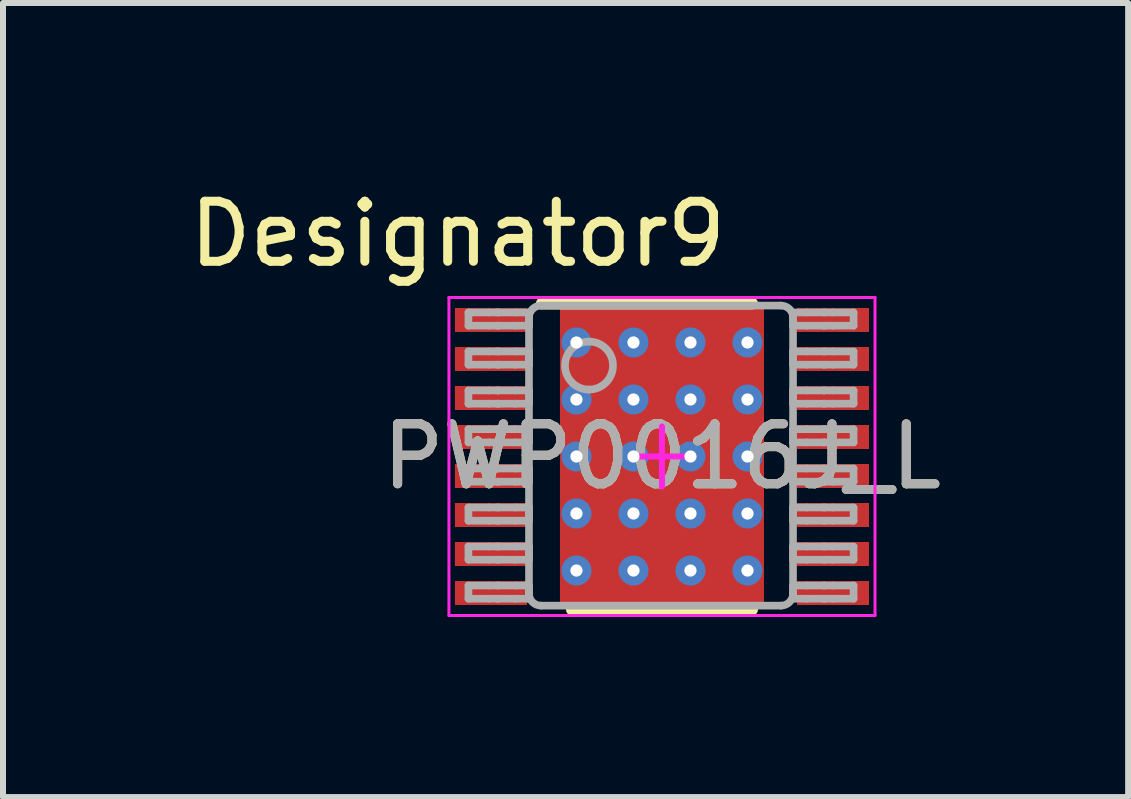
<source format=kicad_pcb>
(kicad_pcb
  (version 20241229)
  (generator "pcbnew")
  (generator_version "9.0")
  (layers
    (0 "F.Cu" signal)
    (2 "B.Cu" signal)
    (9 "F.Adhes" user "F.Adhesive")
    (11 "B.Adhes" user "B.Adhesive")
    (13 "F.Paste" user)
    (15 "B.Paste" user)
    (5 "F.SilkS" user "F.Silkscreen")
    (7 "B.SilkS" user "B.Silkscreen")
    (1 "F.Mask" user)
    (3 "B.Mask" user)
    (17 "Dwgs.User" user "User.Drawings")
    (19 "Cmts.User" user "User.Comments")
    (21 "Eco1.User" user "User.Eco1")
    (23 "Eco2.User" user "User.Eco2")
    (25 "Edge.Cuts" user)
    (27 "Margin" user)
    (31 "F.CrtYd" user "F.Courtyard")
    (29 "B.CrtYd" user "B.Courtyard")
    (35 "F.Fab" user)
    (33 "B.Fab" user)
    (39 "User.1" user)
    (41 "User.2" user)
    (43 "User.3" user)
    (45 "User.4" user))
  (footprint "PWP0016J_L"
    (layer "F.Cu")
    (at 7.981 4.557)
    (property "Reference" "PWP0016J_L" (at 0 0 0) (unlocked yes) (layer "F.SilkS") (effects (font (size 1 1) (thickness 0.15))))
    (attr through_hole)
    (fp_poly (pts (xy -1.23 1.726) (xy -1.23 -1.726) (xy -1.229 -1.735) (xy -1.226 -1.745) (xy -1.222 -1.753) (xy -1.216 -1.761) (xy -1.208 -1.767) (xy -1.2 -1.771) (xy -1.19 -1.774) (xy -1.181 -1.775) (xy 1.181 -1.775) (xy 1.19 -1.774) (xy 1.2 -1.771) (xy 1.208 -1.767) (xy 1.216 -1.761) (xy 1.222 -1.753) (xy 1.226 -1.745) (xy 1.229 -1.735) (xy 1.23 -1.726) (xy 1.23 1.726) (xy 1.229 1.735) (xy 1.226 1.745) (xy 1.222 1.753) (xy 1.216 1.761) (xy 1.208 1.767) (xy 1.2 1.771) (xy 1.19 1.774) (xy 1.181 1.775) (xy -1.181 1.775) (xy -1.19 1.774) (xy -1.2 1.771) (xy -1.208 1.767) (xy -1.216 1.761) (xy -1.222 1.753) (xy -1.226 1.745) (xy -1.229 1.735)) (stroke (width 0) (type solid)) (fill yes) (layer "F.Mask"))
    (fp_line (start -2 -2.55) (end 1.5 -2.55) (stroke (width 0.2) (type solid)) (layer "F.SilkS"))
    (fp_line (start -1.5 2.55) (end 1.5 2.55) (stroke (width 0.2) (type solid)) (layer "F.SilkS"))
    (fp_poly (pts (xy -1.23 1.726) (xy -1.23 -1.726) (xy -1.229 -1.735) (xy -1.226 -1.745) (xy -1.222 -1.753) (xy -1.216 -1.761) (xy -1.208 -1.767) (xy -1.2 -1.771) (xy -1.19 -1.774) (xy -1.181 -1.775) (xy 1.181 -1.775) (xy 1.19 -1.774) (xy 1.2 -1.771) (xy 1.208 -1.767) (xy 1.216 -1.761) (xy 1.222 -1.753) (xy 1.226 -1.745) (xy 1.229 -1.735) (xy 1.23 -1.726) (xy 1.23 1.726) (xy 1.229 1.735) (xy 1.226 1.745) (xy 1.222 1.753) (xy 1.216 1.761) (xy 1.208 1.767) (xy 1.2 1.771) (xy 1.19 1.774) (xy 1.181 1.775) (xy -1.181 1.775) (xy -1.19 1.774) (xy -1.2 1.771) (xy -1.208 1.767) (xy -1.216 1.761) (xy -1.222 1.753) (xy -1.226 1.745) (xy -1.229 1.735)) (stroke (width 0) (type solid)) (fill yes) (layer "F.Paste"))
    (fp_line (start -3.55 -2.65) (end 3.55 -2.65) (stroke (width 0.05) (type solid)) (layer "F.CrtYd"))
    (fp_line (start -3.55 2.65) (end -3.55 -2.65) (stroke (width 0.05) (type solid)) (layer "F.CrtYd"))
    (fp_line (start -3.55 2.65) (end 3.55 2.65) (stroke (width 0.05) (type solid)) (layer "F.CrtYd"))
    (fp_line (start -0.5 0) (end 0.5 0) (stroke (width 0.1) (type solid)) (layer "F.CrtYd"))
    (fp_line (start 0 0.5) (end 0 -0.5) (stroke (width 0.1) (type solid)) (layer "F.CrtYd"))
    (fp_line (start 3.55 2.65) (end 3.55 -2.65) (stroke (width 0.05) (type solid)) (layer "F.CrtYd"))
    (fp_line (start -3.225 -2.4) (end -2.887 -2.4) (stroke (width 0.127) (type solid)) (layer "F.Fab"))
    (fp_line (start -3.225 -2.18) (end -3.225 -2.4) (stroke (width 0.127) (type solid)) (layer "F.Fab"))
    (fp_line (start -3.225 -2.18) (end -2.887 -2.18) (stroke (width 0.127) (type solid)) (layer "F.Fab"))
    (fp_line (start -3.225 -1.75) (end -2.887 -1.75) (stroke (width 0.127) (type solid)) (layer "F.Fab"))
    (fp_line (start -3.225 -1.53) (end -3.225 -1.75) (stroke (width 0.127) (type solid)) (layer "F.Fab"))
    (fp_line (start -3.225 -1.53) (end -2.887 -1.53) (stroke (width 0.127) (type solid)) (layer "F.Fab"))
    (fp_line (start -3.225 -1.1) (end -2.887 -1.1) (stroke (width 0.127) (type solid)) (layer "F.Fab"))
    (fp_line (start -3.225 -0.88) (end -3.225 -1.1) (stroke (width 0.127) (type solid)) (layer "F.Fab"))
    (fp_line (start -3.225 -0.88) (end -2.887 -0.88) (stroke (width 0.127) (type solid)) (layer "F.Fab"))
    (fp_line (start -3.225 -0.455) (end -2.887 -0.455) (stroke (width 0.127) (type solid)) (layer "F.Fab"))
    (fp_line (start -3.225 -0.235) (end -3.225 -0.455) (stroke (width 0.127) (type solid)) (layer "F.Fab"))
    (fp_line (start -3.225 -0.235) (end -2.887 -0.235) (stroke (width 0.127) (type solid)) (layer "F.Fab"))
    (fp_line (start -3.225 0.2) (end -2.887 0.2) (stroke (width 0.127) (type solid)) (layer "F.Fab"))
    (fp_line (start -3.225 0.42) (end -3.225 0.2) (stroke (width 0.127) (type solid)) (layer "F.Fab"))
    (fp_line (start -3.225 0.42) (end -2.887 0.42) (stroke (width 0.127) (type solid)) (layer "F.Fab"))
    (fp_line (start -3.225 0.85) (end -2.887 0.85) (stroke (width 0.127) (type solid)) (layer "F.Fab"))
    (fp_line (start -3.225 1.07) (end -3.225 0.85) (stroke (width 0.127) (type solid)) (layer "F.Fab"))
    (fp_line (start -3.225 1.07) (end -2.887 1.07) (stroke (width 0.127) (type solid)) (layer "F.Fab"))
    (fp_line (start -3.225 1.5) (end -2.887 1.5) (stroke (width 0.127) (type solid)) (layer "F.Fab"))
    (fp_line (start -3.225 1.72) (end -3.225 1.5) (stroke (width 0.127) (type solid)) (layer "F.Fab"))
    (fp_line (start -3.225 1.72) (end -2.887 1.72) (stroke (width 0.127) (type solid)) (layer "F.Fab"))
    (fp_line (start -3.225 2.15) (end -2.887 2.15) (stroke (width 0.127) (type solid)) (layer "F.Fab"))
    (fp_line (start -3.225 2.37) (end -3.225 2.15) (stroke (width 0.127) (type solid)) (layer "F.Fab"))
    (fp_line (start -3.225 2.37) (end -2.887 2.37) (stroke (width 0.127) (type solid)) (layer "F.Fab"))
    (fp_line (start -2.887 -2.4) (end -2.739 -2.4) (stroke (width 0.127) (type solid)) (layer "F.Fab"))
    (fp_line (start -2.887 -2.18) (end -2.739 -2.18) (stroke (width 0.127) (type solid)) (layer "F.Fab"))
    (fp_line (start -2.887 -1.75) (end -2.739 -1.75) (stroke (width 0.127) (type solid)) (layer "F.Fab"))
    (fp_line (start -2.887 -1.53) (end -2.739 -1.53) (stroke (width 0.127) (type solid)) (layer "F.Fab"))
    (fp_line (start -2.887 -1.1) (end -2.739 -1.1) (stroke (width 0.127) (type solid)) (layer "F.Fab"))
    (fp_line (start -2.887 -0.88) (end -2.739 -0.88) (stroke (width 0.127) (type solid)) (layer "F.Fab"))
    (fp_line (start -2.887 -0.455) (end -2.739 -0.455) (stroke (width 0.127) (type solid)) (layer "F.Fab"))
    (fp_line (start -2.887 -0.235) (end -2.739 -0.235) (stroke (width 0.127) (type solid)) (layer "F.Fab"))
    (fp_line (start -2.887 0.2) (end -2.739 0.2) (stroke (width 0.127) (type solid)) (layer "F.Fab"))
    (fp_line (start -2.887 0.42) (end -2.739 0.42) (stroke (width 0.127) (type solid)) (layer "F.Fab"))
    (fp_line (start -2.887 0.85) (end -2.739 0.85) (stroke (width 0.127) (type solid)) (layer "F.Fab"))
    (fp_line (start -2.887 1.07) (end -2.739 1.07) (stroke (width 0.127) (type solid)) (layer "F.Fab"))
    (fp_line (start -2.887 1.5) (end -2.739 1.5) (stroke (width 0.127) (type solid)) (layer "F.Fab"))
    (fp_line (start -2.887 1.72) (end -2.739 1.72) (stroke (width 0.127) (type solid)) (layer "F.Fab"))
    (fp_line (start -2.887 2.15) (end -2.739 2.15) (stroke (width 0.127) (type solid)) (layer "F.Fab"))
    (fp_line (start -2.887 2.37) (end -2.739 2.37) (stroke (width 0.127) (type solid)) (layer "F.Fab"))
    (fp_line (start -2.739 -2.4) (end -2.73 -2.4) (stroke (width 0.127) (type solid)) (layer "F.Fab"))
    (fp_line (start -2.739 -2.18) (end -2.73 -2.18) (stroke (width 0.127) (type solid)) (layer "F.Fab"))
    (fp_line (start -2.739 -1.75) (end -2.73 -1.75) (stroke (width 0.127) (type solid)) (layer "F.Fab"))
    (fp_line (start -2.739 -1.53) (end -2.73 -1.53) (stroke (width 0.127) (type solid)) (layer "F.Fab"))
    (fp_line (start -2.739 -1.1) (end -2.73 -1.1) (stroke (width 0.127) (type solid)) (layer "F.Fab"))
    (fp_line (start -2.739 -0.88) (end -2.73 -0.88) (stroke (width 0.127) (type solid)) (layer "F.Fab"))
    (fp_line (start -2.739 -0.455) (end -2.73 -0.455) (stroke (width 0.127) (type solid)) (layer "F.Fab"))
    (fp_line (start -2.739 -0.235) (end -2.73 -0.235) (stroke (width 0.127) (type solid)) (layer "F.Fab"))
    (fp_line (start -2.739 0.2) (end -2.73 0.2) (stroke (width 0.127) (type solid)) (layer "F.Fab"))
    (fp_line (start -2.739 0.42) (end -2.73 0.42) (stroke (width 0.127) (type solid)) (layer "F.Fab"))
    (fp_line (start -2.739 0.85) (end -2.73 0.85) (stroke (width 0.127) (type solid)) (layer "F.Fab"))
    (fp_line (start -2.739 1.07) (end -2.73 1.07) (stroke (width 0.127) (type solid)) (layer "F.Fab"))
    (fp_line (start -2.739 1.5) (end -2.73 1.5) (stroke (width 0.127) (type solid)) (layer "F.Fab"))
    (fp_line (start -2.739 1.72) (end -2.73 1.72) (stroke (width 0.127) (type solid)) (layer "F.Fab"))
    (fp_line (start -2.739 2.15) (end -2.73 2.15) (stroke (width 0.127) (type solid)) (layer "F.Fab"))
    (fp_line (start -2.739 2.37) (end -2.73 2.37) (stroke (width 0.127) (type solid)) (layer "F.Fab"))
    (fp_line (start -2.73 -2.4) (end -2.446 -2.4) (stroke (width 0.127) (type solid)) (layer "F.Fab"))
    (fp_line (start -2.73 -2.18) (end -2.446 -2.18) (stroke (width 0.127) (type solid)) (layer "F.Fab"))
    (fp_line (start -2.73 -1.75) (end -2.446 -1.75) (stroke (width 0.127) (type solid)) (layer "F.Fab"))
    (fp_line (start -2.73 -1.53) (end -2.446 -1.53) (stroke (width 0.127) (type solid)) (layer "F.Fab"))
    (fp_line (start -2.73 -1.1) (end -2.446 -1.1) (stroke (width 0.127) (type solid)) (layer "F.Fab"))
    (fp_line (start -2.73 -0.88) (end -2.446 -0.88) (stroke (width 0.127) (type solid)) (layer "F.Fab"))
    (fp_line (start -2.73 -0.455) (end -2.446 -0.455) (stroke (width 0.127) (type solid)) (layer "F.Fab"))
    (fp_line (start -2.73 -0.235) (end -2.446 -0.235) (stroke (width 0.127) (type solid)) (layer "F.Fab"))
    (fp_line (start -2.73 0.2) (end -2.446 0.2) (stroke (width 0.127) (type solid)) (layer "F.Fab"))
    (fp_line (start -2.73 0.42) (end -2.446 0.42) (stroke (width 0.127) (type solid)) (layer "F.Fab"))
    (fp_line (start -2.73 0.85) (end -2.446 0.85) (stroke (width 0.127) (type solid)) (layer "F.Fab"))
    (fp_line (start -2.73 1.07) (end -2.446 1.07) (stroke (width 0.127) (type solid)) (layer "F.Fab"))
    (fp_line (start -2.73 1.5) (end -2.446 1.5) (stroke (width 0.127) (type solid)) (layer "F.Fab"))
    (fp_line (start -2.73 1.72) (end -2.446 1.72) (stroke (width 0.127) (type solid)) (layer "F.Fab"))
    (fp_line (start -2.73 2.15) (end -2.446 2.15) (stroke (width 0.127) (type solid)) (layer "F.Fab"))
    (fp_line (start -2.73 2.37) (end -2.446 2.37) (stroke (width 0.127) (type solid)) (layer "F.Fab"))
    (fp_line (start -2.446 -2.4) (end -2.216 -2.4) (stroke (width 0.127) (type solid)) (layer "F.Fab"))
    (fp_line (start -2.446 -2.18) (end -2.216 -2.18) (stroke (width 0.127) (type solid)) (layer "F.Fab"))
    (fp_line (start -2.446 -1.75) (end -2.216 -1.75) (stroke (width 0.127) (type solid)) (layer "F.Fab"))
    (fp_line (start -2.446 -1.53) (end -2.216 -1.53) (stroke (width 0.127) (type solid)) (layer "F.Fab"))
    (fp_line (start -2.446 -1.1) (end -2.216 -1.1) (stroke (width 0.127) (type solid)) (layer "F.Fab"))
    (fp_line (start -2.446 -0.88) (end -2.216 -0.88) (stroke (width 0.127) (type solid)) (layer "F.Fab"))
    (fp_line (start -2.446 -0.455) (end -2.216 -0.455) (stroke (width 0.127) (type solid)) (layer "F.Fab"))
    (fp_line (start -2.446 -0.235) (end -2.216 -0.235) (stroke (width 0.127) (type solid)) (layer "F.Fab"))
    (fp_line (start -2.446 0.2) (end -2.216 0.2) (stroke (width 0.127) (type solid)) (layer "F.Fab"))
    (fp_line (start -2.446 0.42) (end -2.216 0.42) (stroke (width 0.127) (type solid)) (layer "F.Fab"))
    (fp_line (start -2.446 0.85) (end -2.216 0.85) (stroke (width 0.127) (type solid)) (layer "F.Fab"))
    (fp_line (start -2.446 1.07) (end -2.216 1.07) (stroke (width 0.127) (type solid)) (layer "F.Fab"))
    (fp_line (start -2.446 1.5) (end -2.216 1.5) (stroke (width 0.127) (type solid)) (layer "F.Fab"))
    (fp_line (start -2.446 1.72) (end -2.216 1.72) (stroke (width 0.127) (type solid)) (layer "F.Fab"))
    (fp_line (start -2.446 2.15) (end -2.216 2.15) (stroke (width 0.127) (type solid)) (layer "F.Fab"))
    (fp_line (start -2.446 2.37) (end -2.216 2.37) (stroke (width 0.127) (type solid)) (layer "F.Fab"))
    (fp_line (start -2.216 -2.18) (end -2.216 -2.4) (stroke (width 0.127) (type solid)) (layer "F.Fab"))
    (fp_line (start -2.216 -1.53) (end -2.216 -1.75) (stroke (width 0.127) (type solid)) (layer "F.Fab"))
    (fp_line (start -2.216 -0.88) (end -2.216 -1.1) (stroke (width 0.127) (type solid)) (layer "F.Fab"))
    (fp_line (start -2.216 -0.235) (end -2.216 -0.455) (stroke (width 0.127) (type solid)) (layer "F.Fab"))
    (fp_line (start -2.216 0.42) (end -2.216 0.2) (stroke (width 0.127) (type solid)) (layer "F.Fab"))
    (fp_line (start -2.216 1.07) (end -2.216 0.85) (stroke (width 0.127) (type solid)) (layer "F.Fab"))
    (fp_line (start -2.216 1.72) (end -2.216 1.5) (stroke (width 0.127) (type solid)) (layer "F.Fab"))
    (fp_line (start -2.216 2.285) (end -2.216 -2.315) (stroke (width 0.127) (type solid)) (layer "F.Fab"))
    (fp_line (start -2.216 2.37) (end -2.216 2.15) (stroke (width 0.127) (type solid)) (layer "F.Fab"))
    (fp_line (start -2.016 -2.515) (end 1.984 -2.515) (stroke (width 0.127) (type solid)) (layer "F.Fab"))
    (fp_line (start -2.016 2.485) (end 1.984 2.485) (stroke (width 0.127) (type solid)) (layer "F.Fab"))
    (fp_line (start 2.184 -2.4) (end 2.413 -2.4) (stroke (width 0.127) (type solid)) (layer "F.Fab"))
    (fp_line (start 2.184 -2.18) (end 2.184 -2.4) (stroke (width 0.127) (type solid)) (layer "F.Fab"))
    (fp_line (start 2.184 -2.18) (end 2.413 -2.18) (stroke (width 0.127) (type solid)) (layer "F.Fab"))
    (fp_line (start 2.184 -1.75) (end 2.413 -1.75) (stroke (width 0.127) (type solid)) (layer "F.Fab"))
    (fp_line (start 2.184 -1.53) (end 2.184 -1.75) (stroke (width 0.127) (type solid)) (layer "F.Fab"))
    (fp_line (start 2.184 -1.53) (end 2.413 -1.53) (stroke (width 0.127) (type solid)) (layer "F.Fab"))
    (fp_line (start 2.184 -1.1) (end 2.413 -1.1) (stroke (width 0.127) (type solid)) (layer "F.Fab"))
    (fp_line (start 2.184 -0.88) (end 2.184 -1.1) (stroke (width 0.127) (type solid)) (layer "F.Fab"))
    (fp_line (start 2.184 -0.88) (end 2.413 -0.88) (stroke (width 0.127) (type solid)) (layer "F.Fab"))
    (fp_line (start 2.184 -0.455) (end 2.413 -0.455) (stroke (width 0.127) (type solid)) (layer "F.Fab"))
    (fp_line (start 2.184 -0.235) (end 2.184 -0.455) (stroke (width 0.127) (type solid)) (layer "F.Fab"))
    (fp_line (start 2.184 -0.235) (end 2.413 -0.235) (stroke (width 0.127) (type solid)) (layer "F.Fab"))
    (fp_line (start 2.184 0.2) (end 2.413 0.2) (stroke (width 0.127) (type solid)) (layer "F.Fab"))
    (fp_line (start 2.184 0.42) (end 2.184 0.2) (stroke (width 0.127) (type solid)) (layer "F.Fab"))
    (fp_line (start 2.184 0.42) (end 2.413 0.42) (stroke (width 0.127) (type solid)) (layer "F.Fab"))
    (fp_line (start 2.184 0.85) (end 2.413 0.85) (stroke (width 0.127) (type solid)) (layer "F.Fab"))
    (fp_line (start 2.184 1.07) (end 2.184 0.85) (stroke (width 0.127) (type solid)) (layer "F.Fab"))
    (fp_line (start 2.184 1.07) (end 2.413 1.07) (stroke (width 0.127) (type solid)) (layer "F.Fab"))
    (fp_line (start 2.184 1.5) (end 2.413 1.5) (stroke (width 0.127) (type solid)) (layer "F.Fab"))
    (fp_line (start 2.184 1.72) (end 2.184 1.5) (stroke (width 0.127) (type solid)) (layer "F.Fab"))
    (fp_line (start 2.184 1.72) (end 2.413 1.72) (stroke (width 0.127) (type solid)) (layer "F.Fab"))
    (fp_line (start 2.184 2.15) (end 2.413 2.15) (stroke (width 0.127) (type solid)) (layer "F.Fab"))
    (fp_line (start 2.184 2.285) (end 2.184 -2.315) (stroke (width 0.127) (type solid)) (layer "F.Fab"))
    (fp_line (start 2.184 2.37) (end 2.184 2.15) (stroke (width 0.127) (type solid)) (layer "F.Fab"))
    (fp_line (start 2.184 2.37) (end 2.413 2.37) (stroke (width 0.127) (type solid)) (layer "F.Fab"))
    (fp_line (start 2.413 -2.4) (end 2.698 -2.4) (stroke (width 0.127) (type solid)) (layer "F.Fab"))
    (fp_line (start 2.413 -2.18) (end 2.698 -2.18) (stroke (width 0.127) (type solid)) (layer "F.Fab"))
    (fp_line (start 2.413 -1.75) (end 2.698 -1.75) (stroke (width 0.127) (type solid)) (layer "F.Fab"))
    (fp_line (start 2.413 -1.53) (end 2.698 -1.53) (stroke (width 0.127) (type solid)) (layer "F.Fab"))
    (fp_line (start 2.413 -1.1) (end 2.698 -1.1) (stroke (width 0.127) (type solid)) (layer "F.Fab"))
    (fp_line (start 2.413 -0.88) (end 2.698 -0.88) (stroke (width 0.127) (type solid)) (layer "F.Fab"))
    (fp_line (start 2.413 -0.455) (end 2.698 -0.455) (stroke (width 0.127) (type solid)) (layer "F.Fab"))
    (fp_line (start 2.413 -0.235) (end 2.698 -0.235) (stroke (width 0.127) (type solid)) (layer "F.Fab"))
    (fp_line (start 2.413 0.2) (end 2.698 0.2) (stroke (width 0.127) (type solid)) (layer "F.Fab"))
    (fp_line (start 2.413 0.42) (end 2.698 0.42) (stroke (width 0.127) (type solid)) (layer "F.Fab"))
    (fp_line (start 2.413 0.85) (end 2.698 0.85) (stroke (width 0.127) (type solid)) (layer "F.Fab"))
    (fp_line (start 2.413 1.07) (end 2.698 1.07) (stroke (width 0.127) (type solid)) (layer "F.Fab"))
    (fp_line (start 2.413 1.5) (end 2.698 1.5) (stroke (width 0.127) (type solid)) (layer "F.Fab"))
    (fp_line (start 2.413 1.72) (end 2.698 1.72) (stroke (width 0.127) (type solid)) (layer "F.Fab"))
    (fp_line (start 2.413 2.15) (end 2.698 2.15) (stroke (width 0.127) (type solid)) (layer "F.Fab"))
    (fp_line (start 2.413 2.37) (end 2.698 2.37) (stroke (width 0.127) (type solid)) (layer "F.Fab"))
    (fp_line (start 2.698 -2.4) (end 2.707 -2.4) (stroke (width 0.127) (type solid)) (layer "F.Fab"))
    (fp_line (start 2.698 -2.18) (end 2.707 -2.18) (stroke (width 0.127) (type solid)) (layer "F.Fab"))
    (fp_line (start 2.698 -1.75) (end 2.707 -1.75) (stroke (width 0.127) (type solid)) (layer "F.Fab"))
    (fp_line (start 2.698 -1.53) (end 2.707 -1.53) (stroke (width 0.127) (type solid)) (layer "F.Fab"))
    (fp_line (start 2.698 -1.1) (end 2.707 -1.1) (stroke (width 0.127) (type solid)) (layer "F.Fab"))
    (fp_line (start 2.698 -0.88) (end 2.707 -0.88) (stroke (width 0.127) (type solid)) (layer "F.Fab"))
    (fp_line (start 2.698 -0.455) (end 2.707 -0.455) (stroke (width 0.127) (type solid)) (layer "F.Fab"))
    (fp_line (start 2.698 -0.235) (end 2.707 -0.235) (stroke (width 0.127) (type solid)) (layer "F.Fab"))
    (fp_line (start 2.698 0.2) (end 2.707 0.2) (stroke (width 0.127) (type solid)) (layer "F.Fab"))
    (fp_line (start 2.698 0.42) (end 2.707 0.42) (stroke (width 0.127) (type solid)) (layer "F.Fab"))
    (fp_line (start 2.698 0.85) (end 2.707 0.85) (stroke (width 0.127) (type solid)) (layer "F.Fab"))
    (fp_line (start 2.698 1.07) (end 2.707 1.07) (stroke (width 0.127) (type solid)) (layer "F.Fab"))
    (fp_line (start 2.698 1.5) (end 2.707 1.5) (stroke (width 0.127) (type solid)) (layer "F.Fab"))
    (fp_line (start 2.698 1.72) (end 2.707 1.72) (stroke (width 0.127) (type solid)) (layer "F.Fab"))
    (fp_line (start 2.698 2.15) (end 2.707 2.15) (stroke (width 0.127) (type solid)) (layer "F.Fab"))
    (fp_line (start 2.698 2.37) (end 2.707 2.37) (stroke (width 0.127) (type solid)) (layer "F.Fab"))
    (fp_line (start 2.707 -2.4) (end 2.854 -2.4) (stroke (width 0.127) (type solid)) (layer "F.Fab"))
    (fp_line (start 2.707 -2.18) (end 2.854 -2.18) (stroke (width 0.127) (type solid)) (layer "F.Fab"))
    (fp_line (start 2.707 -1.75) (end 2.854 -1.75) (stroke (width 0.127) (type solid)) (layer "F.Fab"))
    (fp_line (start 2.707 -1.53) (end 2.854 -1.53) (stroke (width 0.127) (type solid)) (layer "F.Fab"))
    (fp_line (start 2.707 -1.1) (end 2.854 -1.1) (stroke (width 0.127) (type solid)) (layer "F.Fab"))
    (fp_line (start 2.707 -0.88) (end 2.854 -0.88) (stroke (width 0.127) (type solid)) (layer "F.Fab"))
    (fp_line (start 2.707 -0.455) (end 2.854 -0.455) (stroke (width 0.127) (type solid)) (layer "F.Fab"))
    (fp_line (start 2.707 -0.235) (end 2.854 -0.235) (stroke (width 0.127) (type solid)) (layer "F.Fab"))
    (fp_line (start 2.707 0.2) (end 2.854 0.2) (stroke (width 0.127) (type solid)) (layer "F.Fab"))
    (fp_line (start 2.707 0.42) (end 2.854 0.42) (stroke (width 0.127) (type solid)) (layer "F.Fab"))
    (fp_line (start 2.707 0.85) (end 2.854 0.85) (stroke (width 0.127) (type solid)) (layer "F.Fab"))
    (fp_line (start 2.707 1.07) (end 2.854 1.07) (stroke (width 0.127) (type solid)) (layer "F.Fab"))
    (fp_line (start 2.707 1.5) (end 2.854 1.5) (stroke (width 0.127) (type solid)) (layer "F.Fab"))
    (fp_line (start 2.707 1.72) (end 2.854 1.72) (stroke (width 0.127) (type solid)) (layer "F.Fab"))
    (fp_line (start 2.707 2.15) (end 2.854 2.15) (stroke (width 0.127) (type solid)) (layer "F.Fab"))
    (fp_line (start 2.707 2.37) (end 2.854 2.37) (stroke (width 0.127) (type solid)) (layer "F.Fab"))
    (fp_line (start 2.854 -2.4) (end 3.193 -2.4) (stroke (width 0.127) (type solid)) (layer "F.Fab"))
    (fp_line (start 2.854 -2.18) (end 3.193 -2.18) (stroke (width 0.127) (type solid)) (layer "F.Fab"))
    (fp_line (start 2.854 -1.75) (end 3.193 -1.75) (stroke (width 0.127) (type solid)) (layer "F.Fab"))
    (fp_line (start 2.854 -1.53) (end 3.193 -1.53) (stroke (width 0.127) (type solid)) (layer "F.Fab"))
    (fp_line (start 2.854 -1.1) (end 3.193 -1.1) (stroke (width 0.127) (type solid)) (layer "F.Fab"))
    (fp_line (start 2.854 -0.88) (end 3.193 -0.88) (stroke (width 0.127) (type solid)) (layer "F.Fab"))
    (fp_line (start 2.854 -0.455) (end 3.193 -0.455) (stroke (width 0.127) (type solid)) (layer "F.Fab"))
    (fp_line (start 2.854 -0.235) (end 3.193 -0.235) (stroke (width 0.127) (type solid)) (layer "F.Fab"))
    (fp_line (start 2.854 0.2) (end 3.193 0.2) (stroke (width 0.127) (type solid)) (layer "F.Fab"))
    (fp_line (start 2.854 0.42) (end 3.193 0.42) (stroke (width 0.127) (type solid)) (layer "F.Fab"))
    (fp_line (start 2.854 0.85) (end 3.193 0.85) (stroke (width 0.127) (type solid)) (layer "F.Fab"))
    (fp_line (start 2.854 1.07) (end 3.193 1.07) (stroke (width 0.127) (type solid)) (layer "F.Fab"))
    (fp_line (start 2.854 1.5) (end 3.193 1.5) (stroke (width 0.127) (type solid)) (layer "F.Fab"))
    (fp_line (start 2.854 1.72) (end 3.193 1.72) (stroke (width 0.127) (type solid)) (layer "F.Fab"))
    (fp_line (start 2.854 2.15) (end 3.193 2.15) (stroke (width 0.127) (type solid)) (layer "F.Fab"))
    (fp_line (start 2.854 2.37) (end 3.193 2.37) (stroke (width 0.127) (type solid)) (layer "F.Fab"))
    (fp_line (start 3.193 -2.18) (end 3.193 -2.4) (stroke (width 0.127) (type solid)) (layer "F.Fab"))
    (fp_line (start 3.193 -1.53) (end 3.193 -1.75) (stroke (width 0.127) (type solid)) (layer "F.Fab"))
    (fp_line (start 3.193 -0.88) (end 3.193 -1.1) (stroke (width 0.127) (type solid)) (layer "F.Fab"))
    (fp_line (start 3.193 -0.235) (end 3.193 -0.455) (stroke (width 0.127) (type solid)) (layer "F.Fab"))
    (fp_line (start 3.193 0.42) (end 3.193 0.2) (stroke (width 0.127) (type solid)) (layer "F.Fab"))
    (fp_line (start 3.193 1.07) (end 3.193 0.85) (stroke (width 0.127) (type solid)) (layer "F.Fab"))
    (fp_line (start 3.193 1.72) (end 3.193 1.5) (stroke (width 0.127) (type solid)) (layer "F.Fab"))
    (fp_line (start 3.193 2.37) (end 3.193 2.15) (stroke (width 0.127) (type solid)) (layer "F.Fab"))
    (fp_arc (start -2.216137 -2.314986) (mid -2.157559 -2.456407) (end -2.016138 -2.514986) (stroke (width 0.127) (type solid)) (layer "F.Fab"))
    (fp_arc (start -2.016137 2.485004) (mid -2.157559 2.426426) (end -2.216137 2.285004) (stroke (width 0.127) (type solid)) (layer "F.Fab"))
    (fp_arc (start -1.216139 -1.914987) (mid -0.81614 -1.514988) (end -1.216139 -1.114989) (stroke (width 0.127) (type solid)) (layer "F.Fab"))
    (fp_arc (start -1.216139 -1.114989) (mid -1.616139 -1.514988) (end -1.216139 -1.914987) (stroke (width 0.127) (type solid)) (layer "F.Fab"))
    (fp_arc (start 1.983854 -2.514986) (mid 2.125275 -2.456408) (end 2.183854 -2.314986) (stroke (width 0.127) (type solid)) (layer "F.Fab"))
    (fp_arc (start 2.183854 2.285004) (mid 2.125275 2.426425) (end 1.983854 2.485004) (stroke (width 0.127) (type solid)) (layer "F.Fab"))
    (fp_text user "Designator9" (at -3.404 -3.708 0) (unlocked yes) (layer "F.SilkS") (effects (font (size 1 1) (thickness 0.15))))
    (fp_text user "${REFERENCE}" (at 0 0 0) (unlocked yes) (layer "F.Fab") (effects (font (size 1 1) (thickness 0.15))))
    (pad "1" smd rect (at -2.85 -2.275 90) (size 0.4 1.2) (layers "F.Cu" "F.Mask" "F.Paste"))
    (pad "2" smd rect (at -2.85 -1.625 90) (size 0.4 1.2) (layers "F.Cu" "F.Mask" "F.Paste"))
    (pad "3" smd rect (at -2.85 -0.975 90) (size 0.4 1.2) (layers "F.Cu" "F.Mask" "F.Paste"))
    (pad "4" smd rect (at -2.85 -0.325 90) (size 0.4 1.2) (layers "F.Cu" "F.Mask" "F.Paste"))
    (pad "5" smd rect (at -2.85 0.325 90) (size 0.4 1.2) (layers "F.Cu" "F.Mask" "F.Paste"))
    (pad "6" smd rect (at -2.85 0.975 90) (size 0.4 1.2) (layers "F.Cu" "F.Mask" "F.Paste"))
    (pad "7" smd rect (at -2.85 1.625 90) (size 0.4 1.2) (layers "F.Cu" "F.Mask" "F.Paste"))
    (pad "8" smd rect (at -2.85 2.275 90) (size 0.4 1.2) (layers "F.Cu" "F.Mask" "F.Paste"))
    (pad "9" smd rect (at 2.85 2.275 90) (size 0.4 1.2) (layers "F.Cu" "F.Mask" "F.Paste"))
    (pad "10" smd rect (at 2.85 1.625 90) (size 0.4 1.2) (layers "F.Cu" "F.Mask" "F.Paste"))
    (pad "11" smd rect (at 2.85 0.975 90) (size 0.4 1.2) (layers "F.Cu" "F.Mask" "F.Paste"))
    (pad "12" smd rect (at 2.85 0.325 90) (size 0.4 1.2) (layers "F.Cu" "F.Mask" "F.Paste"))
    (pad "13" smd rect (at 2.85 -0.325 90) (size 0.4 1.2) (layers "F.Cu" "F.Mask" "F.Paste"))
    (pad "14" smd rect (at 2.85 -0.975 90) (size 0.4 1.2) (layers "F.Cu" "F.Mask" "F.Paste"))
    (pad "15" smd rect (at 2.85 -1.625 90) (size 0.4 1.2) (layers "F.Cu" "F.Mask" "F.Paste"))
    (pad "16" smd rect (at 2.85 -2.275 90) (size 0.4 1.2) (layers "F.Cu" "F.Mask" "F.Paste"))
    (pad "17" smd rect (at 0 0) (size 3.4 5) (layers "F.Cu" "F.Mask" "F.Paste"))
    (pad "V" thru_hole circle (at -1.425 -1.9) (size 0.5 0.5) (drill 0.203) (layers "*.Cu" "*.Mask"))
    (pad "V" thru_hole circle (at -1.425 -0.95) (size 0.5 0.5) (drill 0.203) (layers "*.Cu" "*.Mask"))
    (pad "V" thru_hole circle (at -1.425 0) (size 0.5 0.5) (drill 0.203) (layers "*.Cu" "*.Mask"))
    (pad "V" thru_hole circle (at -1.425 0.95) (size 0.5 0.5) (drill 0.203) (layers "*.Cu" "*.Mask"))
    (pad "V" thru_hole circle (at -1.425 1.9) (size 0.5 0.5) (drill 0.203) (layers "*.Cu" "*.Mask"))
    (pad "V" thru_hole circle (at -0.475 -1.9) (size 0.5 0.5) (drill 0.203) (layers "*.Cu" "*.Mask"))
    (pad "V" thru_hole circle (at -0.475 -0.95) (size 0.5 0.5) (drill 0.203) (layers "*.Cu" "*.Mask"))
    (pad "V" thru_hole circle (at -0.475 0) (size 0.5 0.5) (drill 0.203) (layers "*.Cu" "*.Mask"))
    (pad "V" thru_hole circle (at -0.475 0.95) (size 0.5 0.5) (drill 0.203) (layers "*.Cu" "*.Mask"))
    (pad "V" thru_hole circle (at -0.475 1.9) (size 0.5 0.5) (drill 0.203) (layers "*.Cu" "*.Mask"))
    (pad "V" thru_hole circle (at 0.475 -1.9) (size 0.5 0.5) (drill 0.203) (layers "*.Cu" "*.Mask"))
    (pad "V" thru_hole circle (at 0.475 -0.95) (size 0.5 0.5) (drill 0.203) (layers "*.Cu" "*.Mask"))
    (pad "V" thru_hole circle (at 0.475 0) (size 0.5 0.5) (drill 0.203) (layers "*.Cu" "*.Mask"))
    (pad "V" thru_hole circle (at 0.475 0.95) (size 0.5 0.5) (drill 0.203) (layers "*.Cu" "*.Mask"))
    (pad "V" thru_hole circle (at 0.475 1.9) (size 0.5 0.5) (drill 0.203) (layers "*.Cu" "*.Mask"))
    (pad "V" thru_hole circle (at 1.425 -1.9) (size 0.5 0.5) (drill 0.203) (layers "*.Cu" "*.Mask"))
    (pad "V" thru_hole circle (at 1.425 -0.95) (size 0.5 0.5) (drill 0.203) (layers "*.Cu" "*.Mask"))
    (pad "V" thru_hole circle (at 1.425 0) (size 0.5 0.5) (drill 0.203) (layers "*.Cu" "*.Mask"))
    (pad "V" thru_hole circle (at 1.425 0.95) (size 0.5 0.5) (drill 0.203) (layers "*.Cu" "*.Mask"))
    (pad "V" thru_hole circle (at 1.425 1.9) (size 0.5 0.5) (drill 0.203) (layers "*.Cu" "*.Mask")))
  (gr_rect
    (start -3 -3)
    (end 15.749 10.232)
    (stroke (width 0.1) (type default))
    (fill no)
    (layer "Edge.Cuts")))
</source>
